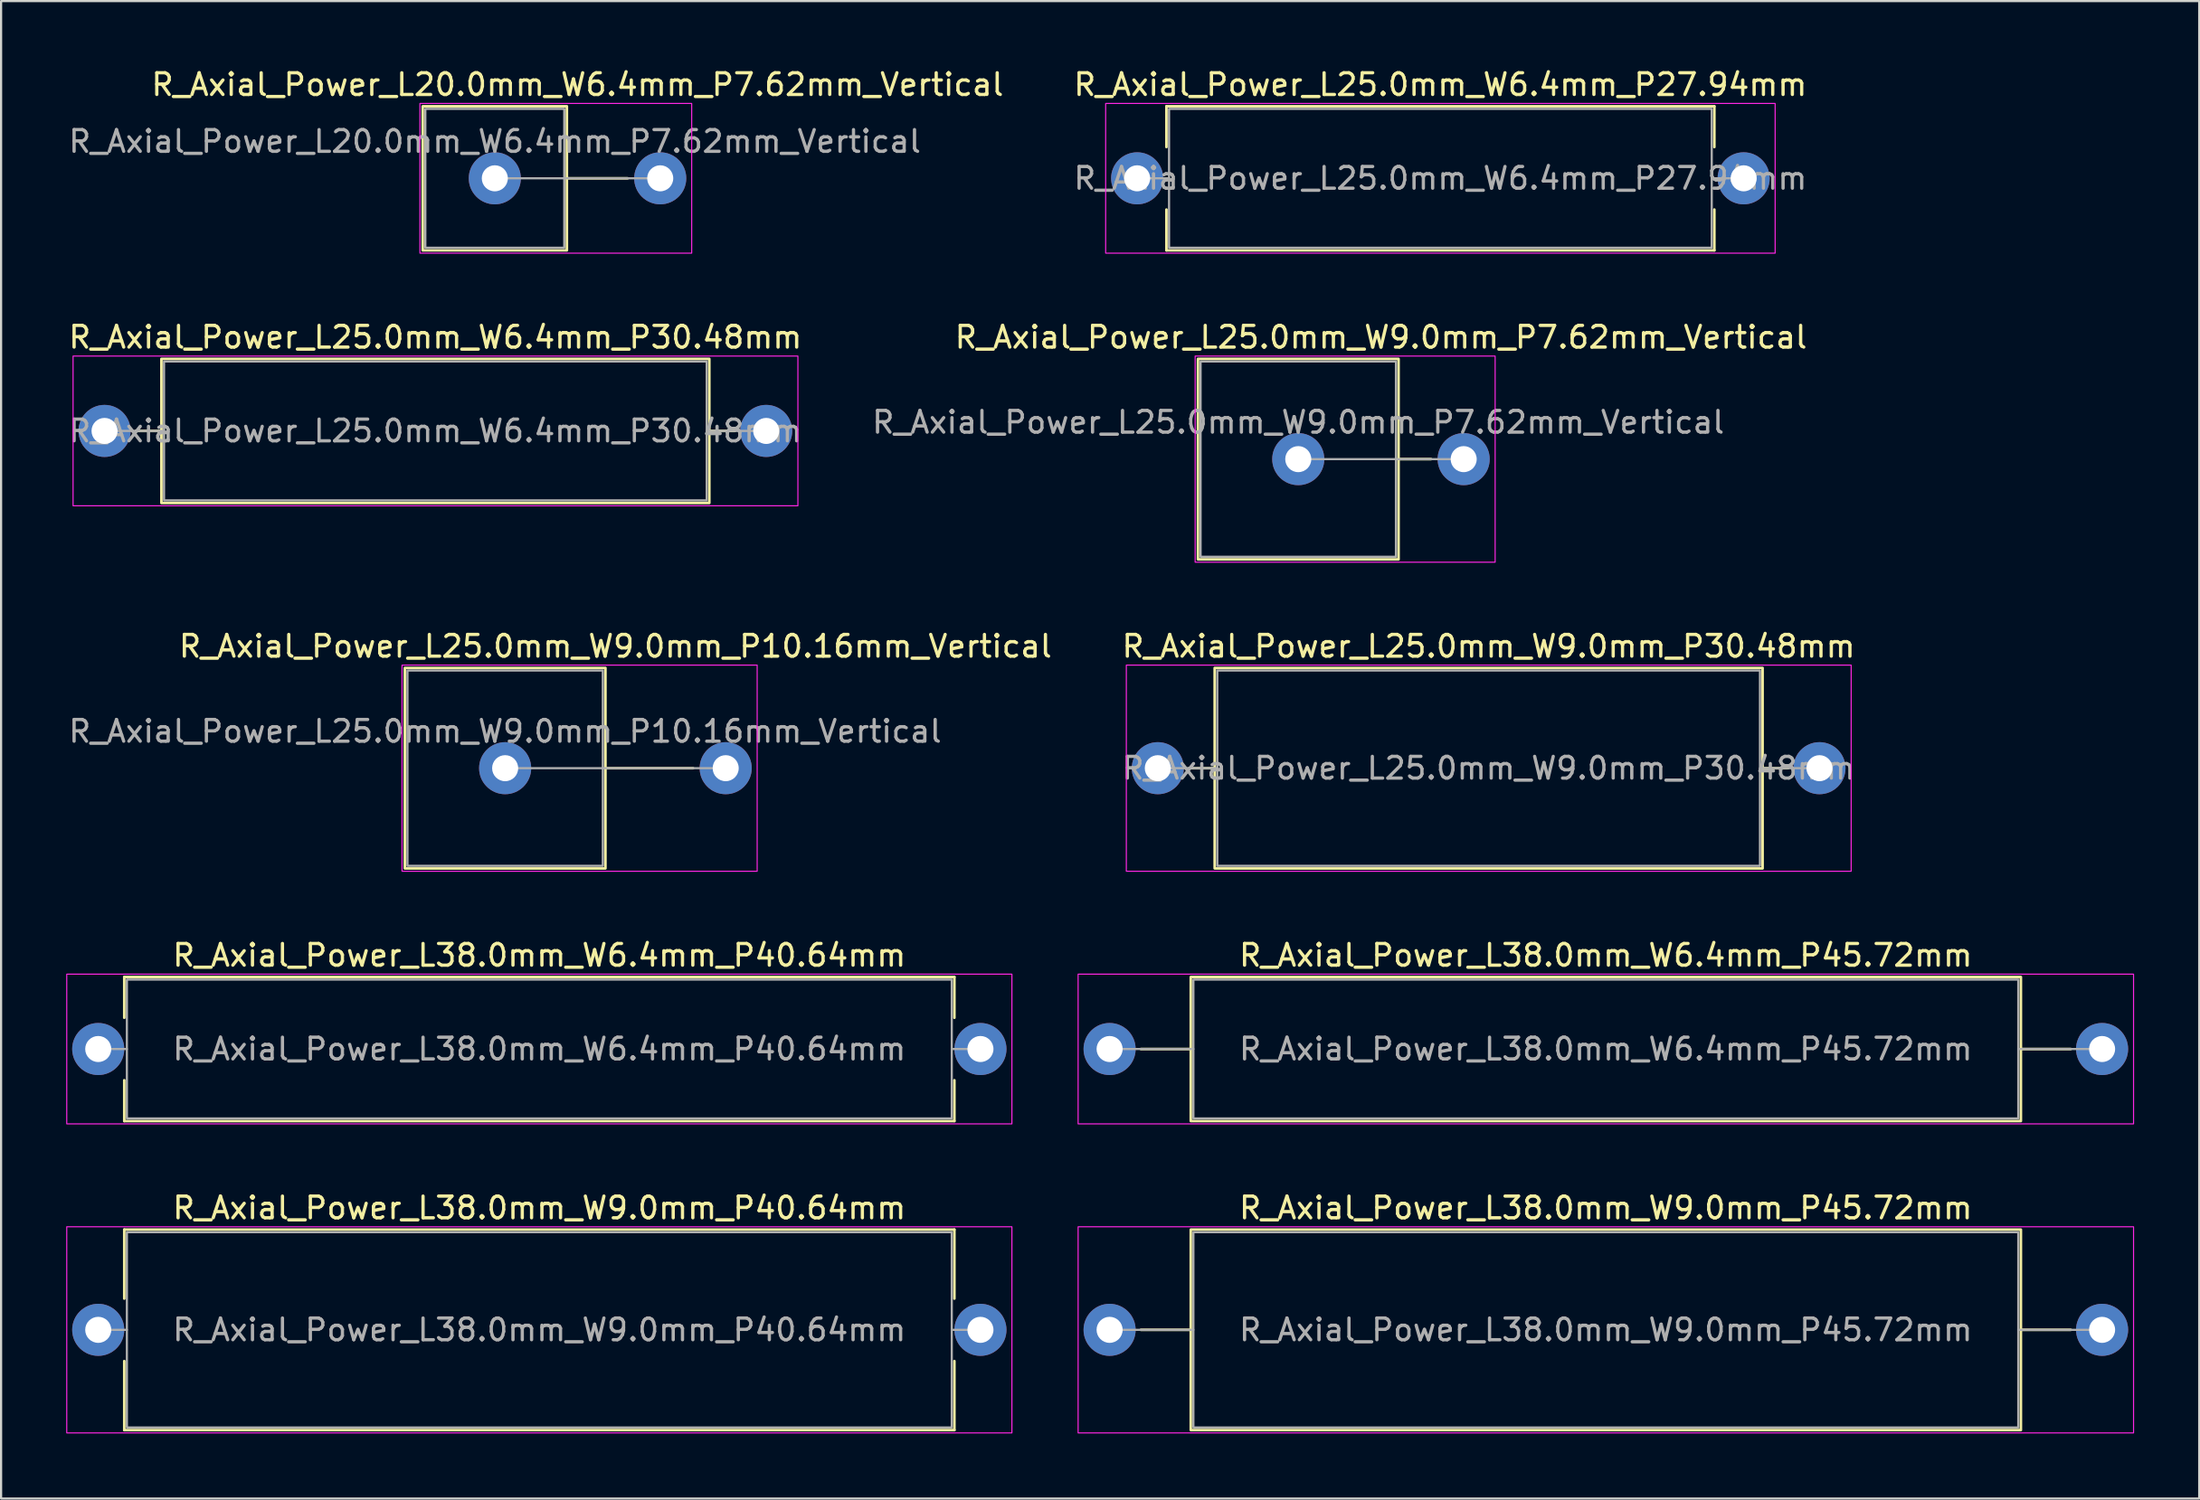
<source format=kicad_pcb>
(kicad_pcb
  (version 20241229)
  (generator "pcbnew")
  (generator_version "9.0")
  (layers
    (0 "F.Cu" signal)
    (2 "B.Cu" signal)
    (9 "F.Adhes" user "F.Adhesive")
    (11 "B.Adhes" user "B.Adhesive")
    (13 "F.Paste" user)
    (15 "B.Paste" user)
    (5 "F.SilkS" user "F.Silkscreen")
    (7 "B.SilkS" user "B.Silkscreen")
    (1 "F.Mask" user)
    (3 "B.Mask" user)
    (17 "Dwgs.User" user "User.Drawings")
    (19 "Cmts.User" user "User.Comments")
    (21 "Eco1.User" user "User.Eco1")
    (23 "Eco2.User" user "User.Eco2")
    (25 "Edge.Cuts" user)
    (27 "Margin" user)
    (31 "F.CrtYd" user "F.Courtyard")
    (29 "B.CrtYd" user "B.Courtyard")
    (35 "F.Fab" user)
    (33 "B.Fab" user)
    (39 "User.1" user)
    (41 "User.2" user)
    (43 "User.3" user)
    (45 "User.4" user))
  (footprint "R_Axial_Power_L25.0mm_W9.0mm_P10.16mm_Vertical"
    (layer "F.Cu")
    (at 20.22 32.355)
    (property "Reference" "R_Axial_Power_L25.0mm_W9.0mm_P10.16mm_Vertical" (at 5.08 -5.62 0) (layer "F.SilkS") (effects (font (size 1 1) (thickness 0.15))))
    (attr through_hole)
    (fp_line (start 4.62 0) (end 8.66 0) (stroke (width 0.12) (type solid)) (layer "F.SilkS"))
    (fp_rect (start -4.62 -4.62) (end 4.62 4.62) (stroke (width 0.12) (type solid)) (fill no) (layer "F.SilkS"))
    (fp_rect (start -4.75 -4.75) (end 11.61 4.75) (stroke (width 0.05) (type solid)) (fill no) (layer "F.CrtYd"))
    (fp_line (start 0 0) (end 10.16 0) (stroke (width 0.1) (type solid)) (layer "F.Fab"))
    (fp_rect (start -4.5 -4.5) (end 4.5 4.5) (stroke (width 0.1) (type solid)) (fill no) (layer "F.Fab"))
    (fp_text user "${REFERENCE}" (at 0 -1.7 0) (layer "F.Fab") (effects (font (size 1 1) (thickness 0.15))))
    (pad "1" thru_hole circle (at 0 0) (size 2.4 2.4) (drill 1.2) (layers "*.Cu" "*.Mask"))
    (pad "2" thru_hole circle (at 10.16 0) (size 2.4 2.4) (drill 1.2) (layers "*.Cu" "*.Mask")))
  (footprint "R_Axial_Power_L25.0mm_W9.0mm_P7.62mm_Vertical"
    (layer "F.Cu")
    (at 56.756 18.111)
    (property "Reference" "R_Axial_Power_L25.0mm_W9.0mm_P7.62mm_Vertical" (at 3.81 -5.62 0) (layer "F.SilkS") (effects (font (size 1 1) (thickness 0.15))))
    (attr through_hole)
    (fp_line (start 4.62 0) (end 6.12 0) (stroke (width 0.12) (type solid)) (layer "F.SilkS"))
    (fp_rect (start -4.62 -4.62) (end 4.62 4.62) (stroke (width 0.12) (type solid)) (fill no) (layer "F.SilkS"))
    (fp_rect (start -4.75 -4.75) (end 9.07 4.75) (stroke (width 0.05) (type solid)) (fill no) (layer "F.CrtYd"))
    (fp_line (start 0 0) (end 7.62 0) (stroke (width 0.1) (type solid)) (layer "F.Fab"))
    (fp_rect (start -4.5 -4.5) (end 4.5 4.5) (stroke (width 0.1) (type solid)) (fill no) (layer "F.Fab"))
    (fp_text user "${REFERENCE}" (at 0 -1.7 0) (layer "F.Fab") (effects (font (size 1 1) (thickness 0.15))))
    (pad "1" thru_hole circle (at 0 0) (size 2.4 2.4) (drill 1.2) (layers "*.Cu" "*.Mask"))
    (pad "2" thru_hole circle (at 7.62 0) (size 2.4 2.4) (drill 1.2) (layers "*.Cu" "*.Mask")))
  (footprint "R_Axial_Power_L25.0mm_W6.4mm_P30.48mm"
    (layer "F.Cu")
    (at 1.766 16.811)
    (property "Reference" "R_Axial_Power_L25.0mm_W6.4mm_P30.48mm" (at 15.24 -4.32 0) (layer "F.SilkS") (effects (font (size 1 1) (thickness 0.15))))
    (attr through_hole)
    (fp_line (start 1.44 0) (end 2.62 0) (stroke (width 0.12) (type solid)) (layer "F.SilkS"))
    (fp_line (start 29.04 0) (end 27.86 0) (stroke (width 0.12) (type solid)) (layer "F.SilkS"))
    (fp_rect (start 2.62 -3.32) (end 27.86 3.32) (stroke (width 0.12) (type solid)) (fill no) (layer "F.SilkS"))
    (fp_rect (start -1.45 -3.45) (end 31.94 3.45) (stroke (width 0.05) (type solid)) (fill no) (layer "F.CrtYd"))
    (fp_line (start 0 0) (end 2.74 0) (stroke (width 0.1) (type solid)) (layer "F.Fab"))
    (fp_line (start 30.48 0) (end 27.74 0) (stroke (width 0.1) (type solid)) (layer "F.Fab"))
    (fp_rect (start 2.74 -3.2) (end 27.74 3.2) (stroke (width 0.1) (type solid)) (fill no) (layer "F.Fab"))
    (fp_text user "${REFERENCE}" (at 15.24 0 0) (layer "F.Fab") (effects (font (size 1 1) (thickness 0.15))))
    (pad "1" thru_hole circle (at 0 0) (size 2.4 2.4) (drill 1.2) (layers "*.Cu" "*.Mask"))
    (pad "2" thru_hole circle (at 30.48 0) (size 2.4 2.4) (drill 1.2) (layers "*.Cu" "*.Mask")))
  (footprint "R_Axial_Power_L38.0mm_W9.0mm_P45.72mm"
    (layer "F.Cu")
    (at 48.065 58.241)
    (property "Reference" "R_Axial_Power_L38.0mm_W9.0mm_P45.72mm" (at 22.86 -5.62 0) (layer "F.SilkS") (effects (font (size 1 1) (thickness 0.15))))
    (attr through_hole)
    (fp_line (start 1.44 0) (end 3.74 0) (stroke (width 0.12) (type solid)) (layer "F.SilkS"))
    (fp_line (start 44.28 0) (end 41.98 0) (stroke (width 0.12) (type solid)) (layer "F.SilkS"))
    (fp_rect (start 3.74 -4.62) (end 41.98 4.62) (stroke (width 0.12) (type solid)) (fill no) (layer "F.SilkS"))
    (fp_rect (start -1.45 -4.75) (end 47.17 4.75) (stroke (width 0.05) (type solid)) (fill no) (layer "F.CrtYd"))
    (fp_line (start 0 0) (end 3.86 0) (stroke (width 0.1) (type solid)) (layer "F.Fab"))
    (fp_line (start 45.72 0) (end 41.86 0) (stroke (width 0.1) (type solid)) (layer "F.Fab"))
    (fp_rect (start 3.86 -4.5) (end 41.86 4.5) (stroke (width 0.1) (type solid)) (fill no) (layer "F.Fab"))
    (fp_text user "${REFERENCE}" (at 22.86 0 0) (layer "F.Fab") (effects (font (size 1 1) (thickness 0.15))))
    (pad "1" thru_hole circle (at 0 0) (size 2.4 2.4) (drill 1.2) (layers "*.Cu" "*.Mask"))
    (pad "2" thru_hole circle (at 45.72 0) (size 2.4 2.4) (drill 1.2) (layers "*.Cu" "*.Mask")))
  (footprint "R_Axial_Power_L25.0mm_W9.0mm_P30.48mm"
    (layer "F.Cu")
    (at 50.286 32.355)
    (property "Reference" "R_Axial_Power_L25.0mm_W9.0mm_P30.48mm" (at 15.24 -5.62 0) (layer "F.SilkS") (effects (font (size 1 1) (thickness 0.15))))
    (attr through_hole)
    (fp_line (start 1.44 0) (end 2.62 0) (stroke (width 0.12) (type solid)) (layer "F.SilkS"))
    (fp_line (start 29.04 0) (end 27.86 0) (stroke (width 0.12) (type solid)) (layer "F.SilkS"))
    (fp_rect (start 2.62 -4.62) (end 27.86 4.62) (stroke (width 0.12) (type solid)) (fill no) (layer "F.SilkS"))
    (fp_rect (start -1.45 -4.75) (end 31.94 4.75) (stroke (width 0.05) (type solid)) (fill no) (layer "F.CrtYd"))
    (fp_line (start 0 0) (end 2.74 0) (stroke (width 0.1) (type solid)) (layer "F.Fab"))
    (fp_line (start 30.48 0) (end 27.74 0) (stroke (width 0.1) (type solid)) (layer "F.Fab"))
    (fp_rect (start 2.74 -4.5) (end 27.74 4.5) (stroke (width 0.1) (type solid)) (fill no) (layer "F.Fab"))
    (fp_text user "${REFERENCE}" (at 15.24 0 0) (layer "F.Fab") (effects (font (size 1 1) (thickness 0.15))))
    (pad "1" thru_hole circle (at 0 0) (size 2.4 2.4) (drill 1.2) (layers "*.Cu" "*.Mask"))
    (pad "2" thru_hole circle (at 30.48 0) (size 2.4 2.4) (drill 1.2) (layers "*.Cu" "*.Mask")))
  (footprint "R_Axial_Power_L38.0mm_W9.0mm_P40.64mm"
    (layer "F.Cu")
    (at 1.475 58.241)
    (property "Reference" "R_Axial_Power_L38.0mm_W9.0mm_P40.64mm" (at 20.32 -5.62 0) (layer "F.SilkS") (effects (font (size 1 1) (thickness 0.15))))
    (attr through_hole)
    (fp_line (start 1.2 -4.62) (end 39.44 -4.62) (stroke (width 0.12) (type solid)) (layer "F.SilkS"))
    (fp_line (start 1.2 -1.44) (end 1.2 -4.62) (stroke (width 0.12) (type solid)) (layer "F.SilkS"))
    (fp_line (start 1.2 1.44) (end 1.2 4.62) (stroke (width 0.12) (type solid)) (layer "F.SilkS"))
    (fp_line (start 1.2 4.62) (end 39.44 4.62) (stroke (width 0.12) (type solid)) (layer "F.SilkS"))
    (fp_line (start 39.44 -4.62) (end 39.44 -1.44) (stroke (width 0.12) (type solid)) (layer "F.SilkS"))
    (fp_line (start 39.44 4.62) (end 39.44 1.44) (stroke (width 0.12) (type solid)) (layer "F.SilkS"))
    (fp_rect (start -1.45 -4.75) (end 42.09 4.75) (stroke (width 0.05) (type solid)) (fill no) (layer "F.CrtYd"))
    (fp_line (start 0 0) (end 1.32 0) (stroke (width 0.1) (type solid)) (layer "F.Fab"))
    (fp_line (start 40.64 0) (end 39.32 0) (stroke (width 0.1) (type solid)) (layer "F.Fab"))
    (fp_rect (start 1.32 -4.5) (end 39.32 4.5) (stroke (width 0.1) (type solid)) (fill no) (layer "F.Fab"))
    (fp_text user "${REFERENCE}" (at 20.32 0 0) (layer "F.Fab") (effects (font (size 1 1) (thickness 0.15))))
    (pad "1" thru_hole circle (at 0 0) (size 2.4 2.4) (drill 1.2) (layers "*.Cu" "*.Mask"))
    (pad "2" thru_hole circle (at 40.64 0) (size 2.4 2.4) (drill 1.2) (layers "*.Cu" "*.Mask")))
  (footprint "R_Axial_Power_L20.0mm_W6.4mm_P7.62mm_Vertical"
    (layer "F.Cu")
    (at 19.744 5.168)
    (property "Reference" "R_Axial_Power_L20.0mm_W6.4mm_P7.62mm_Vertical" (at 3.81 -4.32 0) (layer "F.SilkS") (effects (font (size 1 1) (thickness 0.15))))
    (attr through_hole)
    (fp_line (start 3.32 0) (end 6.12 0) (stroke (width 0.12) (type solid)) (layer "F.SilkS"))
    (fp_rect (start -3.32 -3.32) (end 3.32 3.32) (stroke (width 0.12) (type solid)) (fill no) (layer "F.SilkS"))
    (fp_rect (start -3.45 -3.45) (end 9.07 3.45) (stroke (width 0.05) (type solid)) (fill no) (layer "F.CrtYd"))
    (fp_line (start 0 0) (end 7.62 0) (stroke (width 0.1) (type solid)) (layer "F.Fab"))
    (fp_rect (start -3.2 -3.2) (end 3.2 3.2) (stroke (width 0.1) (type solid)) (fill no) (layer "F.Fab"))
    (fp_text user "${REFERENCE}" (at 0 -1.7 0) (layer "F.Fab") (effects (font (size 1 1) (thickness 0.15))))
    (pad "1" thru_hole circle (at 0 0) (size 2.4 2.4) (drill 1.2) (layers "*.Cu" "*.Mask"))
    (pad "2" thru_hole circle (at 7.62 0) (size 2.4 2.4) (drill 1.2) (layers "*.Cu" "*.Mask")))
  (footprint "R_Axial_Power_L25.0mm_W6.4mm_P27.94mm"
    (layer "F.Cu")
    (at 49.334 5.168)
    (property "Reference" "R_Axial_Power_L25.0mm_W6.4mm_P27.94mm" (at 13.97 -4.32 0) (layer "F.SilkS") (effects (font (size 1 1) (thickness 0.15))))
    (attr through_hole)
    (fp_line (start 1.35 -3.32) (end 26.59 -3.32) (stroke (width 0.12) (type solid)) (layer "F.SilkS"))
    (fp_line (start 1.35 -1.44) (end 1.35 -3.32) (stroke (width 0.12) (type solid)) (layer "F.SilkS"))
    (fp_line (start 1.35 1.44) (end 1.35 3.32) (stroke (width 0.12) (type solid)) (layer "F.SilkS"))
    (fp_line (start 1.35 3.32) (end 26.59 3.32) (stroke (width 0.12) (type solid)) (layer "F.SilkS"))
    (fp_line (start 26.59 -3.32) (end 26.59 -1.44) (stroke (width 0.12) (type solid)) (layer "F.SilkS"))
    (fp_line (start 26.59 3.32) (end 26.59 1.44) (stroke (width 0.12) (type solid)) (layer "F.SilkS"))
    (fp_rect (start -1.45 -3.45) (end 29.39 3.45) (stroke (width 0.05) (type solid)) (fill no) (layer "F.CrtYd"))
    (fp_line (start 0 0) (end 1.47 0) (stroke (width 0.1) (type solid)) (layer "F.Fab"))
    (fp_line (start 27.94 0) (end 26.47 0) (stroke (width 0.1) (type solid)) (layer "F.Fab"))
    (fp_rect (start 1.47 -3.2) (end 26.47 3.2) (stroke (width 0.1) (type solid)) (fill no) (layer "F.Fab"))
    (fp_text user "${REFERENCE}" (at 13.97 0 0) (layer "F.Fab") (effects (font (size 1 1) (thickness 0.15))))
    (pad "1" thru_hole circle (at 0 0) (size 2.4 2.4) (drill 1.2) (layers "*.Cu" "*.Mask"))
    (pad "2" thru_hole circle (at 27.94 0) (size 2.4 2.4) (drill 1.2) (layers "*.Cu" "*.Mask")))
  (footprint "R_Axial_Power_L38.0mm_W6.4mm_P45.72mm"
    (layer "F.Cu")
    (at 48.065 45.298)
    (property "Reference" "R_Axial_Power_L38.0mm_W6.4mm_P45.72mm" (at 22.86 -4.32 0) (layer "F.SilkS") (effects (font (size 1 1) (thickness 0.15))))
    (attr through_hole)
    (fp_line (start 1.44 0) (end 3.74 0) (stroke (width 0.12) (type solid)) (layer "F.SilkS"))
    (fp_line (start 44.28 0) (end 41.98 0) (stroke (width 0.12) (type solid)) (layer "F.SilkS"))
    (fp_rect (start 3.74 -3.32) (end 41.98 3.32) (stroke (width 0.12) (type solid)) (fill no) (layer "F.SilkS"))
    (fp_rect (start -1.45 -3.45) (end 47.17 3.45) (stroke (width 0.05) (type solid)) (fill no) (layer "F.CrtYd"))
    (fp_line (start 0 0) (end 3.86 0) (stroke (width 0.1) (type solid)) (layer "F.Fab"))
    (fp_line (start 45.72 0) (end 41.86 0) (stroke (width 0.1) (type solid)) (layer "F.Fab"))
    (fp_rect (start 3.86 -3.2) (end 41.86 3.2) (stroke (width 0.1) (type solid)) (fill no) (layer "F.Fab"))
    (fp_text user "${REFERENCE}" (at 22.86 0 0) (layer "F.Fab") (effects (font (size 1 1) (thickness 0.15))))
    (pad "1" thru_hole circle (at 0 0) (size 2.4 2.4) (drill 1.2) (layers "*.Cu" "*.Mask"))
    (pad "2" thru_hole circle (at 45.72 0) (size 2.4 2.4) (drill 1.2) (layers "*.Cu" "*.Mask")))
  (footprint "R_Axial_Power_L38.0mm_W6.4mm_P40.64mm"
    (layer "F.Cu")
    (at 1.475 45.298)
    (property "Reference" "R_Axial_Power_L38.0mm_W6.4mm_P40.64mm" (at 20.32 -4.32 0) (layer "F.SilkS") (effects (font (size 1 1) (thickness 0.15))))
    (attr through_hole)
    (fp_line (start 1.2 -3.32) (end 39.44 -3.32) (stroke (width 0.12) (type solid)) (layer "F.SilkS"))
    (fp_line (start 1.2 -1.44) (end 1.2 -3.32) (stroke (width 0.12) (type solid)) (layer "F.SilkS"))
    (fp_line (start 1.2 1.44) (end 1.2 3.32) (stroke (width 0.12) (type solid)) (layer "F.SilkS"))
    (fp_line (start 1.2 3.32) (end 39.44 3.32) (stroke (width 0.12) (type solid)) (layer "F.SilkS"))
    (fp_line (start 39.44 -3.32) (end 39.44 -1.44) (stroke (width 0.12) (type solid)) (layer "F.SilkS"))
    (fp_line (start 39.44 3.32) (end 39.44 1.44) (stroke (width 0.12) (type solid)) (layer "F.SilkS"))
    (fp_rect (start -1.45 -3.45) (end 42.09 3.45) (stroke (width 0.05) (type solid)) (fill no) (layer "F.CrtYd"))
    (fp_line (start 0 0) (end 1.32 0) (stroke (width 0.1) (type solid)) (layer "F.Fab"))
    (fp_line (start 40.64 0) (end 39.32 0) (stroke (width 0.1) (type solid)) (layer "F.Fab"))
    (fp_rect (start 1.32 -3.2) (end 39.32 3.2) (stroke (width 0.1) (type solid)) (fill no) (layer "F.Fab"))
    (fp_text user "${REFERENCE}" (at 20.32 0 0) (layer "F.Fab") (effects (font (size 1 1) (thickness 0.15))))
    (pad "1" thru_hole circle (at 0 0) (size 2.4 2.4) (drill 1.2) (layers "*.Cu" "*.Mask"))
    (pad "2" thru_hole circle (at 40.64 0) (size 2.4 2.4) (drill 1.2) (layers "*.Cu" "*.Mask")))
  (gr_rect
    (start -3 -3)
    (end 98.26 66.016)
    (stroke (width 0.1) (type default))
    (fill no)
    (layer "Edge.Cuts")))
</source>
